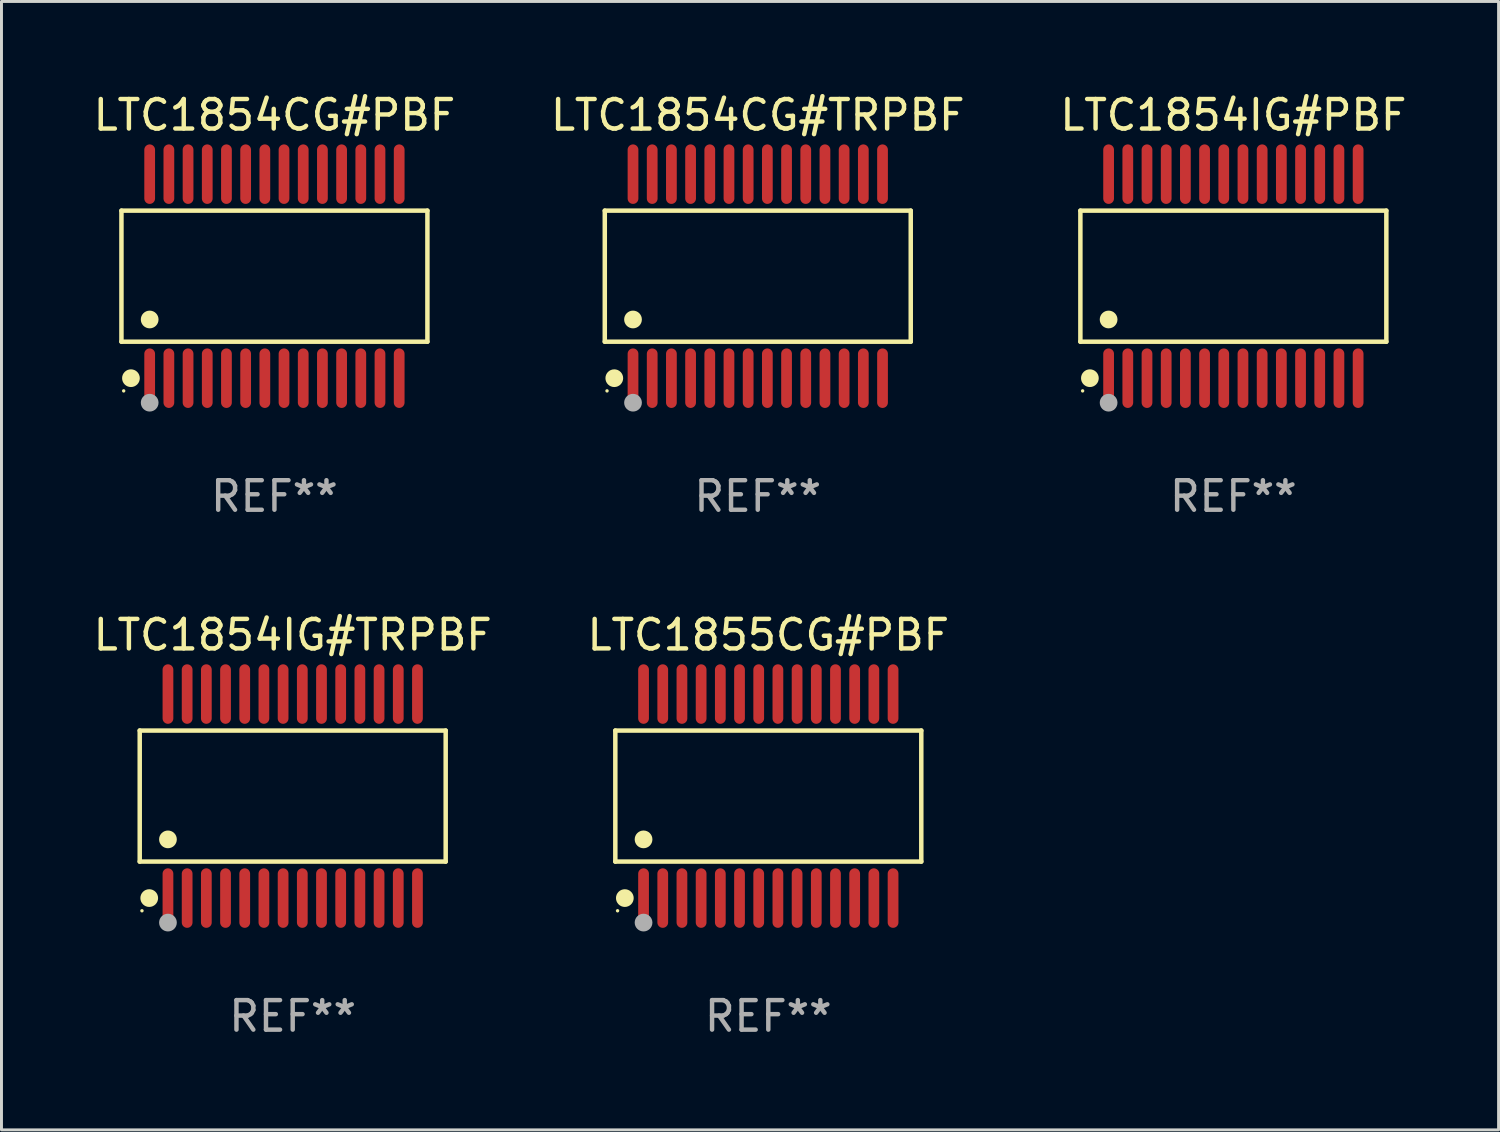
<source format=kicad_pcb>
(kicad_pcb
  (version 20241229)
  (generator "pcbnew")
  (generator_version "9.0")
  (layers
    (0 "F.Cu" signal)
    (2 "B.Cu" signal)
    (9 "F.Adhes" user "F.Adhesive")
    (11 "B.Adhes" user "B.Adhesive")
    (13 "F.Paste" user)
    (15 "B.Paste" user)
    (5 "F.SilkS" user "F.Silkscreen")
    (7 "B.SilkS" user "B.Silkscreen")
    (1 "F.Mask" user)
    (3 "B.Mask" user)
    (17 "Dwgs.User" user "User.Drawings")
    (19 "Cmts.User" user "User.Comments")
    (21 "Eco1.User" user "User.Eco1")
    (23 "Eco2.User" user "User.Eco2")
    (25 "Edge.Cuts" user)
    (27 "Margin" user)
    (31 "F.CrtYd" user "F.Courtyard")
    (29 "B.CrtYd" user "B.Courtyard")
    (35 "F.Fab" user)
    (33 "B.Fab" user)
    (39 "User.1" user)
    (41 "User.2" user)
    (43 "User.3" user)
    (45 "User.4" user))
  (footprint "LTC1855CG#PBF"
    (layer "F.Cu")
    (at 22.97 23.91)
    (property "Reference" "LTC1855CG#PBF" (at 0 -5.455 0) (layer "F.SilkS") (effects (font (size 1 1) (thickness 0.15))))
    (attr through_hole)
    (fp_line (start -5.181 -2.219) (end 5.181 -2.219) (stroke (width 0.152) (type solid)) (layer "F.SilkS"))
    (fp_line (start -5.181 2.219) (end -5.181 -2.219) (stroke (width 0.152) (type solid)) (layer "F.SilkS"))
    (fp_line (start 5.181 -2.219) (end 5.181 2.219) (stroke (width 0.152) (type solid)) (layer "F.SilkS"))
    (fp_line (start 5.181 2.219) (end -5.181 2.219) (stroke (width 0.152) (type solid)) (layer "F.SilkS"))
    (fp_circle (center -5.105 3.885) (end -5.075 3.885) (stroke (width 0.06) (type solid)) (fill no) (layer "F.SilkS"))
    (fp_circle (center -4.859 3.455) (end -4.709 3.455) (stroke (width 0.3) (type solid)) (fill no) (layer "F.SilkS"))
    (fp_circle (center -4.225 1.467) (end -4.075 1.467) (stroke (width 0.3) (type solid)) (fill no) (layer "F.SilkS"))
    (fp_circle (center -4.225 4.285) (end -4.075 4.285) (stroke (width 0.3) (type solid)) (fill no) (layer "F.Fab"))
    (fp_text user "REF**" (at 0 7.455 0) (layer "F.Fab") (effects (font (size 1 1) (thickness 0.15))))
    (pad "1" smd oval (at -4.225 3.455) (size 0.364 2.015) (layers "F.Cu" "F.Mask" "F.Paste"))
    (pad "2" smd oval (at -3.575 3.455) (size 0.364 2.015) (layers "F.Cu" "F.Mask" "F.Paste"))
    (pad "3" smd oval (at -2.925 3.455) (size 0.364 2.015) (layers "F.Cu" "F.Mask" "F.Paste"))
    (pad "4" smd oval (at -2.275 3.455) (size 0.364 2.015) (layers "F.Cu" "F.Mask" "F.Paste"))
    (pad "5" smd oval (at -1.625 3.455) (size 0.364 2.015) (layers "F.Cu" "F.Mask" "F.Paste"))
    (pad "6" smd oval (at -0.975 3.455) (size 0.364 2.015) (layers "F.Cu" "F.Mask" "F.Paste"))
    (pad "7" smd oval (at -0.325 3.455) (size 0.364 2.015) (layers "F.Cu" "F.Mask" "F.Paste"))
    (pad "8" smd oval (at 0.325 3.455) (size 0.364 2.015) (layers "F.Cu" "F.Mask" "F.Paste"))
    (pad "9" smd oval (at 0.975 3.455) (size 0.364 2.015) (layers "F.Cu" "F.Mask" "F.Paste"))
    (pad "10" smd oval (at 1.625 3.455) (size 0.364 2.015) (layers "F.Cu" "F.Mask" "F.Paste"))
    (pad "11" smd oval (at 2.275 3.455) (size 0.364 2.015) (layers "F.Cu" "F.Mask" "F.Paste"))
    (pad "12" smd oval (at 2.925 3.455) (size 0.364 2.015) (layers "F.Cu" "F.Mask" "F.Paste"))
    (pad "13" smd oval (at 3.575 3.455) (size 0.364 2.015) (layers "F.Cu" "F.Mask" "F.Paste"))
    (pad "14" smd oval (at 4.225 3.455) (size 0.364 2.015) (layers "F.Cu" "F.Mask" "F.Paste"))
    (pad "15" smd oval (at 4.225 -3.455) (size 0.364 2.015) (layers "F.Cu" "F.Mask" "F.Paste"))
    (pad "16" smd oval (at 3.575 -3.455) (size 0.364 2.015) (layers "F.Cu" "F.Mask" "F.Paste"))
    (pad "17" smd oval (at 2.925 -3.455) (size 0.364 2.015) (layers "F.Cu" "F.Mask" "F.Paste"))
    (pad "18" smd oval (at 2.275 -3.455) (size 0.364 2.015) (layers "F.Cu" "F.Mask" "F.Paste"))
    (pad "19" smd oval (at 1.625 -3.455) (size 0.364 2.015) (layers "F.Cu" "F.Mask" "F.Paste"))
    (pad "20" smd oval (at 0.975 -3.455) (size 0.364 2.015) (layers "F.Cu" "F.Mask" "F.Paste"))
    (pad "21" smd oval (at 0.325 -3.455) (size 0.364 2.015) (layers "F.Cu" "F.Mask" "F.Paste"))
    (pad "22" smd oval (at -0.325 -3.455) (size 0.364 2.015) (layers "F.Cu" "F.Mask" "F.Paste"))
    (pad "23" smd oval (at -0.975 -3.455) (size 0.364 2.015) (layers "F.Cu" "F.Mask" "F.Paste"))
    (pad "24" smd oval (at -1.625 -3.455) (size 0.364 2.015) (layers "F.Cu" "F.Mask" "F.Paste"))
    (pad "25" smd oval (at -2.275 -3.455) (size 0.364 2.015) (layers "F.Cu" "F.Mask" "F.Paste"))
    (pad "26" smd oval (at -2.925 -3.455) (size 0.364 2.015) (layers "F.Cu" "F.Mask" "F.Paste"))
    (pad "27" smd oval (at -3.575 -3.455) (size 0.364 2.015) (layers "F.Cu" "F.Mask" "F.Paste"))
    (pad "28" smd oval (at -4.225 -3.455) (size 0.364 2.015) (layers "F.Cu" "F.Mask" "F.Paste")))
  (footprint "LTC1854IG#PBF"
    (layer "F.Cu")
    (at 38.72 6.303)
    (property "Reference" "LTC1854IG#PBF" (at 0 -5.455 0) (layer "F.SilkS") (effects (font (size 1 1) (thickness 0.15))))
    (attr through_hole)
    (fp_line (start -5.181 -2.219) (end 5.181 -2.219) (stroke (width 0.152) (type solid)) (layer "F.SilkS"))
    (fp_line (start -5.181 2.219) (end -5.181 -2.219) (stroke (width 0.152) (type solid)) (layer "F.SilkS"))
    (fp_line (start 5.181 -2.219) (end 5.181 2.219) (stroke (width 0.152) (type solid)) (layer "F.SilkS"))
    (fp_line (start 5.181 2.219) (end -5.181 2.219) (stroke (width 0.152) (type solid)) (layer "F.SilkS"))
    (fp_circle (center -5.105 3.885) (end -5.075 3.885) (stroke (width 0.06) (type solid)) (fill no) (layer "F.SilkS"))
    (fp_circle (center -4.859 3.455) (end -4.709 3.455) (stroke (width 0.3) (type solid)) (fill no) (layer "F.SilkS"))
    (fp_circle (center -4.225 1.467) (end -4.075 1.467) (stroke (width 0.3) (type solid)) (fill no) (layer "F.SilkS"))
    (fp_circle (center -4.225 4.285) (end -4.075 4.285) (stroke (width 0.3) (type solid)) (fill no) (layer "F.Fab"))
    (fp_text user "REF**" (at 0 7.455 0) (layer "F.Fab") (effects (font (size 1 1) (thickness 0.15))))
    (pad "1" smd oval (at -4.225 3.455) (size 0.364 2.015) (layers "F.Cu" "F.Mask" "F.Paste"))
    (pad "2" smd oval (at -3.575 3.455) (size 0.364 2.015) (layers "F.Cu" "F.Mask" "F.Paste"))
    (pad "3" smd oval (at -2.925 3.455) (size 0.364 2.015) (layers "F.Cu" "F.Mask" "F.Paste"))
    (pad "4" smd oval (at -2.275 3.455) (size 0.364 2.015) (layers "F.Cu" "F.Mask" "F.Paste"))
    (pad "5" smd oval (at -1.625 3.455) (size 0.364 2.015) (layers "F.Cu" "F.Mask" "F.Paste"))
    (pad "6" smd oval (at -0.975 3.455) (size 0.364 2.015) (layers "F.Cu" "F.Mask" "F.Paste"))
    (pad "7" smd oval (at -0.325 3.455) (size 0.364 2.015) (layers "F.Cu" "F.Mask" "F.Paste"))
    (pad "8" smd oval (at 0.325 3.455) (size 0.364 2.015) (layers "F.Cu" "F.Mask" "F.Paste"))
    (pad "9" smd oval (at 0.975 3.455) (size 0.364 2.015) (layers "F.Cu" "F.Mask" "F.Paste"))
    (pad "10" smd oval (at 1.625 3.455) (size 0.364 2.015) (layers "F.Cu" "F.Mask" "F.Paste"))
    (pad "11" smd oval (at 2.275 3.455) (size 0.364 2.015) (layers "F.Cu" "F.Mask" "F.Paste"))
    (pad "12" smd oval (at 2.925 3.455) (size 0.364 2.015) (layers "F.Cu" "F.Mask" "F.Paste"))
    (pad "13" smd oval (at 3.575 3.455) (size 0.364 2.015) (layers "F.Cu" "F.Mask" "F.Paste"))
    (pad "14" smd oval (at 4.225 3.455) (size 0.364 2.015) (layers "F.Cu" "F.Mask" "F.Paste"))
    (pad "15" smd oval (at 4.225 -3.455) (size 0.364 2.015) (layers "F.Cu" "F.Mask" "F.Paste"))
    (pad "16" smd oval (at 3.575 -3.455) (size 0.364 2.015) (layers "F.Cu" "F.Mask" "F.Paste"))
    (pad "17" smd oval (at 2.925 -3.455) (size 0.364 2.015) (layers "F.Cu" "F.Mask" "F.Paste"))
    (pad "18" smd oval (at 2.275 -3.455) (size 0.364 2.015) (layers "F.Cu" "F.Mask" "F.Paste"))
    (pad "19" smd oval (at 1.625 -3.455) (size 0.364 2.015) (layers "F.Cu" "F.Mask" "F.Paste"))
    (pad "20" smd oval (at 0.975 -3.455) (size 0.364 2.015) (layers "F.Cu" "F.Mask" "F.Paste"))
    (pad "21" smd oval (at 0.325 -3.455) (size 0.364 2.015) (layers "F.Cu" "F.Mask" "F.Paste"))
    (pad "22" smd oval (at -0.325 -3.455) (size 0.364 2.015) (layers "F.Cu" "F.Mask" "F.Paste"))
    (pad "23" smd oval (at -0.975 -3.455) (size 0.364 2.015) (layers "F.Cu" "F.Mask" "F.Paste"))
    (pad "24" smd oval (at -1.625 -3.455) (size 0.364 2.015) (layers "F.Cu" "F.Mask" "F.Paste"))
    (pad "25" smd oval (at -2.275 -3.455) (size 0.364 2.015) (layers "F.Cu" "F.Mask" "F.Paste"))
    (pad "26" smd oval (at -2.925 -3.455) (size 0.364 2.015) (layers "F.Cu" "F.Mask" "F.Paste"))
    (pad "27" smd oval (at -3.575 -3.455) (size 0.364 2.015) (layers "F.Cu" "F.Mask" "F.Paste"))
    (pad "28" smd oval (at -4.225 -3.455) (size 0.364 2.015) (layers "F.Cu" "F.Mask" "F.Paste")))
  (footprint "LTC1854IG#TRPBF"
    (layer "F.Cu")
    (at 6.863 23.91)
    (property "Reference" "LTC1854IG#TRPBF" (at 0 -5.455 0) (layer "F.SilkS") (effects (font (size 1 1) (thickness 0.15))))
    (attr through_hole)
    (fp_line (start -5.181 -2.219) (end 5.181 -2.219) (stroke (width 0.152) (type solid)) (layer "F.SilkS"))
    (fp_line (start -5.181 2.219) (end -5.181 -2.219) (stroke (width 0.152) (type solid)) (layer "F.SilkS"))
    (fp_line (start 5.181 -2.219) (end 5.181 2.219) (stroke (width 0.152) (type solid)) (layer "F.SilkS"))
    (fp_line (start 5.181 2.219) (end -5.181 2.219) (stroke (width 0.152) (type solid)) (layer "F.SilkS"))
    (fp_circle (center -5.105 3.885) (end -5.075 3.885) (stroke (width 0.06) (type solid)) (fill no) (layer "F.SilkS"))
    (fp_circle (center -4.859 3.455) (end -4.709 3.455) (stroke (width 0.3) (type solid)) (fill no) (layer "F.SilkS"))
    (fp_circle (center -4.225 1.467) (end -4.075 1.467) (stroke (width 0.3) (type solid)) (fill no) (layer "F.SilkS"))
    (fp_circle (center -4.225 4.285) (end -4.075 4.285) (stroke (width 0.3) (type solid)) (fill no) (layer "F.Fab"))
    (fp_text user "REF**" (at 0 7.455 0) (layer "F.Fab") (effects (font (size 1 1) (thickness 0.15))))
    (pad "1" smd oval (at -4.225 3.455) (size 0.364 2.015) (layers "F.Cu" "F.Mask" "F.Paste"))
    (pad "2" smd oval (at -3.575 3.455) (size 0.364 2.015) (layers "F.Cu" "F.Mask" "F.Paste"))
    (pad "3" smd oval (at -2.925 3.455) (size 0.364 2.015) (layers "F.Cu" "F.Mask" "F.Paste"))
    (pad "4" smd oval (at -2.275 3.455) (size 0.364 2.015) (layers "F.Cu" "F.Mask" "F.Paste"))
    (pad "5" smd oval (at -1.625 3.455) (size 0.364 2.015) (layers "F.Cu" "F.Mask" "F.Paste"))
    (pad "6" smd oval (at -0.975 3.455) (size 0.364 2.015) (layers "F.Cu" "F.Mask" "F.Paste"))
    (pad "7" smd oval (at -0.325 3.455) (size 0.364 2.015) (layers "F.Cu" "F.Mask" "F.Paste"))
    (pad "8" smd oval (at 0.325 3.455) (size 0.364 2.015) (layers "F.Cu" "F.Mask" "F.Paste"))
    (pad "9" smd oval (at 0.975 3.455) (size 0.364 2.015) (layers "F.Cu" "F.Mask" "F.Paste"))
    (pad "10" smd oval (at 1.625 3.455) (size 0.364 2.015) (layers "F.Cu" "F.Mask" "F.Paste"))
    (pad "11" smd oval (at 2.275 3.455) (size 0.364 2.015) (layers "F.Cu" "F.Mask" "F.Paste"))
    (pad "12" smd oval (at 2.925 3.455) (size 0.364 2.015) (layers "F.Cu" "F.Mask" "F.Paste"))
    (pad "13" smd oval (at 3.575 3.455) (size 0.364 2.015) (layers "F.Cu" "F.Mask" "F.Paste"))
    (pad "14" smd oval (at 4.225 3.455) (size 0.364 2.015) (layers "F.Cu" "F.Mask" "F.Paste"))
    (pad "15" smd oval (at 4.225 -3.455) (size 0.364 2.015) (layers "F.Cu" "F.Mask" "F.Paste"))
    (pad "16" smd oval (at 3.575 -3.455) (size 0.364 2.015) (layers "F.Cu" "F.Mask" "F.Paste"))
    (pad "17" smd oval (at 2.925 -3.455) (size 0.364 2.015) (layers "F.Cu" "F.Mask" "F.Paste"))
    (pad "18" smd oval (at 2.275 -3.455) (size 0.364 2.015) (layers "F.Cu" "F.Mask" "F.Paste"))
    (pad "19" smd oval (at 1.625 -3.455) (size 0.364 2.015) (layers "F.Cu" "F.Mask" "F.Paste"))
    (pad "20" smd oval (at 0.975 -3.455) (size 0.364 2.015) (layers "F.Cu" "F.Mask" "F.Paste"))
    (pad "21" smd oval (at 0.325 -3.455) (size 0.364 2.015) (layers "F.Cu" "F.Mask" "F.Paste"))
    (pad "22" smd oval (at -0.325 -3.455) (size 0.364 2.015) (layers "F.Cu" "F.Mask" "F.Paste"))
    (pad "23" smd oval (at -0.975 -3.455) (size 0.364 2.015) (layers "F.Cu" "F.Mask" "F.Paste"))
    (pad "24" smd oval (at -1.625 -3.455) (size 0.364 2.015) (layers "F.Cu" "F.Mask" "F.Paste"))
    (pad "25" smd oval (at -2.275 -3.455) (size 0.364 2.015) (layers "F.Cu" "F.Mask" "F.Paste"))
    (pad "26" smd oval (at -2.925 -3.455) (size 0.364 2.015) (layers "F.Cu" "F.Mask" "F.Paste"))
    (pad "27" smd oval (at -3.575 -3.455) (size 0.364 2.015) (layers "F.Cu" "F.Mask" "F.Paste"))
    (pad "28" smd oval (at -4.225 -3.455) (size 0.364 2.015) (layers "F.Cu" "F.Mask" "F.Paste")))
  (footprint "LTC1854CG#PBF"
    (layer "F.Cu")
    (at 6.244 6.303)
    (property "Reference" "LTC1854CG#PBF" (at 0 -5.455 0) (layer "F.SilkS") (effects (font (size 1 1) (thickness 0.15))))
    (attr through_hole)
    (fp_line (start -5.181 -2.219) (end 5.181 -2.219) (stroke (width 0.152) (type solid)) (layer "F.SilkS"))
    (fp_line (start -5.181 2.219) (end -5.181 -2.219) (stroke (width 0.152) (type solid)) (layer "F.SilkS"))
    (fp_line (start 5.181 -2.219) (end 5.181 2.219) (stroke (width 0.152) (type solid)) (layer "F.SilkS"))
    (fp_line (start 5.181 2.219) (end -5.181 2.219) (stroke (width 0.152) (type solid)) (layer "F.SilkS"))
    (fp_circle (center -5.105 3.885) (end -5.075 3.885) (stroke (width 0.06) (type solid)) (fill no) (layer "F.SilkS"))
    (fp_circle (center -4.859 3.455) (end -4.709 3.455) (stroke (width 0.3) (type solid)) (fill no) (layer "F.SilkS"))
    (fp_circle (center -4.225 1.467) (end -4.075 1.467) (stroke (width 0.3) (type solid)) (fill no) (layer "F.SilkS"))
    (fp_circle (center -4.225 4.285) (end -4.075 4.285) (stroke (width 0.3) (type solid)) (fill no) (layer "F.Fab"))
    (fp_text user "REF**" (at 0 7.455 0) (layer "F.Fab") (effects (font (size 1 1) (thickness 0.15))))
    (pad "1" smd oval (at -4.225 3.455) (size 0.364 2.015) (layers "F.Cu" "F.Mask" "F.Paste"))
    (pad "2" smd oval (at -3.575 3.455) (size 0.364 2.015) (layers "F.Cu" "F.Mask" "F.Paste"))
    (pad "3" smd oval (at -2.925 3.455) (size 0.364 2.015) (layers "F.Cu" "F.Mask" "F.Paste"))
    (pad "4" smd oval (at -2.275 3.455) (size 0.364 2.015) (layers "F.Cu" "F.Mask" "F.Paste"))
    (pad "5" smd oval (at -1.625 3.455) (size 0.364 2.015) (layers "F.Cu" "F.Mask" "F.Paste"))
    (pad "6" smd oval (at -0.975 3.455) (size 0.364 2.015) (layers "F.Cu" "F.Mask" "F.Paste"))
    (pad "7" smd oval (at -0.325 3.455) (size 0.364 2.015) (layers "F.Cu" "F.Mask" "F.Paste"))
    (pad "8" smd oval (at 0.325 3.455) (size 0.364 2.015) (layers "F.Cu" "F.Mask" "F.Paste"))
    (pad "9" smd oval (at 0.975 3.455) (size 0.364 2.015) (layers "F.Cu" "F.Mask" "F.Paste"))
    (pad "10" smd oval (at 1.625 3.455) (size 0.364 2.015) (layers "F.Cu" "F.Mask" "F.Paste"))
    (pad "11" smd oval (at 2.275 3.455) (size 0.364 2.015) (layers "F.Cu" "F.Mask" "F.Paste"))
    (pad "12" smd oval (at 2.925 3.455) (size 0.364 2.015) (layers "F.Cu" "F.Mask" "F.Paste"))
    (pad "13" smd oval (at 3.575 3.455) (size 0.364 2.015) (layers "F.Cu" "F.Mask" "F.Paste"))
    (pad "14" smd oval (at 4.225 3.455) (size 0.364 2.015) (layers "F.Cu" "F.Mask" "F.Paste"))
    (pad "15" smd oval (at 4.225 -3.455) (size 0.364 2.015) (layers "F.Cu" "F.Mask" "F.Paste"))
    (pad "16" smd oval (at 3.575 -3.455) (size 0.364 2.015) (layers "F.Cu" "F.Mask" "F.Paste"))
    (pad "17" smd oval (at 2.925 -3.455) (size 0.364 2.015) (layers "F.Cu" "F.Mask" "F.Paste"))
    (pad "18" smd oval (at 2.275 -3.455) (size 0.364 2.015) (layers "F.Cu" "F.Mask" "F.Paste"))
    (pad "19" smd oval (at 1.625 -3.455) (size 0.364 2.015) (layers "F.Cu" "F.Mask" "F.Paste"))
    (pad "20" smd oval (at 0.975 -3.455) (size 0.364 2.015) (layers "F.Cu" "F.Mask" "F.Paste"))
    (pad "21" smd oval (at 0.325 -3.455) (size 0.364 2.015) (layers "F.Cu" "F.Mask" "F.Paste"))
    (pad "22" smd oval (at -0.325 -3.455) (size 0.364 2.015) (layers "F.Cu" "F.Mask" "F.Paste"))
    (pad "23" smd oval (at -0.975 -3.455) (size 0.364 2.015) (layers "F.Cu" "F.Mask" "F.Paste"))
    (pad "24" smd oval (at -1.625 -3.455) (size 0.364 2.015) (layers "F.Cu" "F.Mask" "F.Paste"))
    (pad "25" smd oval (at -2.275 -3.455) (size 0.364 2.015) (layers "F.Cu" "F.Mask" "F.Paste"))
    (pad "26" smd oval (at -2.925 -3.455) (size 0.364 2.015) (layers "F.Cu" "F.Mask" "F.Paste"))
    (pad "27" smd oval (at -3.575 -3.455) (size 0.364 2.015) (layers "F.Cu" "F.Mask" "F.Paste"))
    (pad "28" smd oval (at -4.225 -3.455) (size 0.364 2.015) (layers "F.Cu" "F.Mask" "F.Paste")))
  (footprint "LTC1854CG#TRPBF"
    (layer "F.Cu")
    (at 22.613 6.303)
    (property "Reference" "LTC1854CG#TRPBF" (at 0 -5.455 0) (layer "F.SilkS") (effects (font (size 1 1) (thickness 0.15))))
    (attr through_hole)
    (fp_line (start -5.181 -2.219) (end 5.181 -2.219) (stroke (width 0.152) (type solid)) (layer "F.SilkS"))
    (fp_line (start -5.181 2.219) (end -5.181 -2.219) (stroke (width 0.152) (type solid)) (layer "F.SilkS"))
    (fp_line (start 5.181 -2.219) (end 5.181 2.219) (stroke (width 0.152) (type solid)) (layer "F.SilkS"))
    (fp_line (start 5.181 2.219) (end -5.181 2.219) (stroke (width 0.152) (type solid)) (layer "F.SilkS"))
    (fp_circle (center -5.105 3.885) (end -5.075 3.885) (stroke (width 0.06) (type solid)) (fill no) (layer "F.SilkS"))
    (fp_circle (center -4.859 3.455) (end -4.709 3.455) (stroke (width 0.3) (type solid)) (fill no) (layer "F.SilkS"))
    (fp_circle (center -4.225 1.467) (end -4.075 1.467) (stroke (width 0.3) (type solid)) (fill no) (layer "F.SilkS"))
    (fp_circle (center -4.225 4.285) (end -4.075 4.285) (stroke (width 0.3) (type solid)) (fill no) (layer "F.Fab"))
    (fp_text user "REF**" (at 0 7.455 0) (layer "F.Fab") (effects (font (size 1 1) (thickness 0.15))))
    (pad "1" smd oval (at -4.225 3.455) (size 0.364 2.015) (layers "F.Cu" "F.Mask" "F.Paste"))
    (pad "2" smd oval (at -3.575 3.455) (size 0.364 2.015) (layers "F.Cu" "F.Mask" "F.Paste"))
    (pad "3" smd oval (at -2.925 3.455) (size 0.364 2.015) (layers "F.Cu" "F.Mask" "F.Paste"))
    (pad "4" smd oval (at -2.275 3.455) (size 0.364 2.015) (layers "F.Cu" "F.Mask" "F.Paste"))
    (pad "5" smd oval (at -1.625 3.455) (size 0.364 2.015) (layers "F.Cu" "F.Mask" "F.Paste"))
    (pad "6" smd oval (at -0.975 3.455) (size 0.364 2.015) (layers "F.Cu" "F.Mask" "F.Paste"))
    (pad "7" smd oval (at -0.325 3.455) (size 0.364 2.015) (layers "F.Cu" "F.Mask" "F.Paste"))
    (pad "8" smd oval (at 0.325 3.455) (size 0.364 2.015) (layers "F.Cu" "F.Mask" "F.Paste"))
    (pad "9" smd oval (at 0.975 3.455) (size 0.364 2.015) (layers "F.Cu" "F.Mask" "F.Paste"))
    (pad "10" smd oval (at 1.625 3.455) (size 0.364 2.015) (layers "F.Cu" "F.Mask" "F.Paste"))
    (pad "11" smd oval (at 2.275 3.455) (size 0.364 2.015) (layers "F.Cu" "F.Mask" "F.Paste"))
    (pad "12" smd oval (at 2.925 3.455) (size 0.364 2.015) (layers "F.Cu" "F.Mask" "F.Paste"))
    (pad "13" smd oval (at 3.575 3.455) (size 0.364 2.015) (layers "F.Cu" "F.Mask" "F.Paste"))
    (pad "14" smd oval (at 4.225 3.455) (size 0.364 2.015) (layers "F.Cu" "F.Mask" "F.Paste"))
    (pad "15" smd oval (at 4.225 -3.455) (size 0.364 2.015) (layers "F.Cu" "F.Mask" "F.Paste"))
    (pad "16" smd oval (at 3.575 -3.455) (size 0.364 2.015) (layers "F.Cu" "F.Mask" "F.Paste"))
    (pad "17" smd oval (at 2.925 -3.455) (size 0.364 2.015) (layers "F.Cu" "F.Mask" "F.Paste"))
    (pad "18" smd oval (at 2.275 -3.455) (size 0.364 2.015) (layers "F.Cu" "F.Mask" "F.Paste"))
    (pad "19" smd oval (at 1.625 -3.455) (size 0.364 2.015) (layers "F.Cu" "F.Mask" "F.Paste"))
    (pad "20" smd oval (at 0.975 -3.455) (size 0.364 2.015) (layers "F.Cu" "F.Mask" "F.Paste"))
    (pad "21" smd oval (at 0.325 -3.455) (size 0.364 2.015) (layers "F.Cu" "F.Mask" "F.Paste"))
    (pad "22" smd oval (at -0.325 -3.455) (size 0.364 2.015) (layers "F.Cu" "F.Mask" "F.Paste"))
    (pad "23" smd oval (at -0.975 -3.455) (size 0.364 2.015) (layers "F.Cu" "F.Mask" "F.Paste"))
    (pad "24" smd oval (at -1.625 -3.455) (size 0.364 2.015) (layers "F.Cu" "F.Mask" "F.Paste"))
    (pad "25" smd oval (at -2.275 -3.455) (size 0.364 2.015) (layers "F.Cu" "F.Mask" "F.Paste"))
    (pad "26" smd oval (at -2.925 -3.455) (size 0.364 2.015) (layers "F.Cu" "F.Mask" "F.Paste"))
    (pad "27" smd oval (at -3.575 -3.455) (size 0.364 2.015) (layers "F.Cu" "F.Mask" "F.Paste"))
    (pad "28" smd oval (at -4.225 -3.455) (size 0.364 2.015) (layers "F.Cu" "F.Mask" "F.Paste")))
  (gr_rect
    (start -3 -3)
    (end 47.702 35.214)
    (stroke (width 0.1) (type default))
    (fill no)
    (layer "Edge.Cuts")))
</source>
